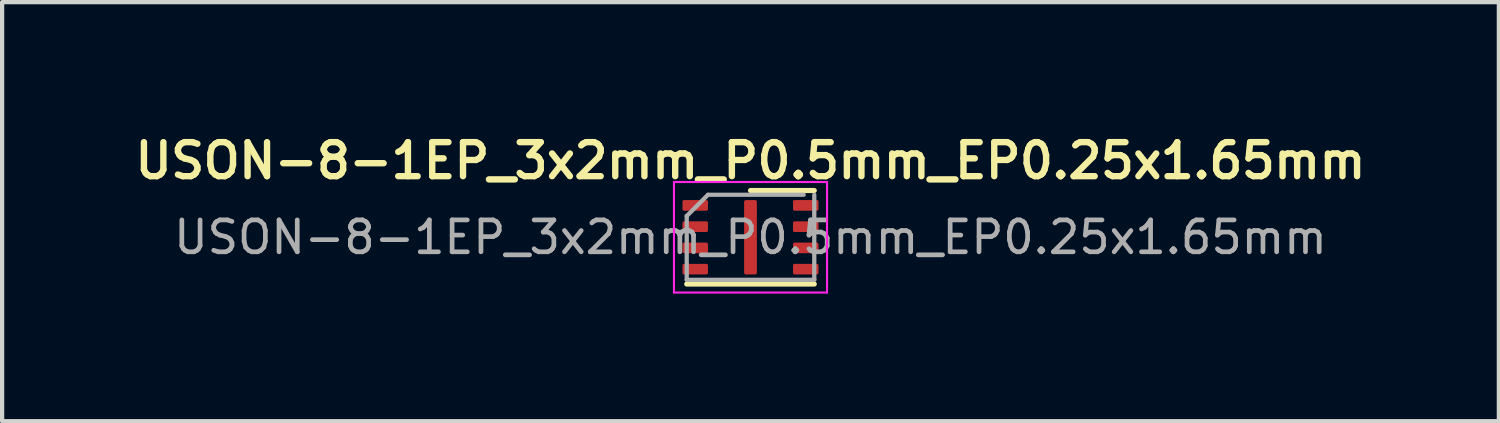
<source format=kicad_pcb>
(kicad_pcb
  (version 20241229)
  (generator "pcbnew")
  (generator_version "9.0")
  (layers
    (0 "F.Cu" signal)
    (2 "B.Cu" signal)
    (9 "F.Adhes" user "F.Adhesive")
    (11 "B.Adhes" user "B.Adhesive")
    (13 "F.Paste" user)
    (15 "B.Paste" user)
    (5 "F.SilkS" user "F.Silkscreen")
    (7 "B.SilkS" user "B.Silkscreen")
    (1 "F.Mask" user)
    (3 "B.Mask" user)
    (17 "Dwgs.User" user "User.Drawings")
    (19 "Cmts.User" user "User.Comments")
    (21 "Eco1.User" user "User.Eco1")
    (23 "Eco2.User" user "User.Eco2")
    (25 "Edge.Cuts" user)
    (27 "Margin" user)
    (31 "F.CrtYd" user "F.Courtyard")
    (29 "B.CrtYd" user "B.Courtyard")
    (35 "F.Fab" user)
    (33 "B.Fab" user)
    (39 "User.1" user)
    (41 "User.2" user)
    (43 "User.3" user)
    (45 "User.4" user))
  (footprint "USON-8-1EP_3x2mm_P0.5mm_EP0.25x1.65mm"
    (layer "F.Cu")
    (at 14.602 2.531)
    (property "Reference" "USON-8-1EP_3x2mm_P0.5mm_EP0.25x1.65mm" (at 0 -1.8 0) (layer "F.SilkS") (effects (font (size 0.8 0.8) (thickness 0.15))))
    (attr smd)
    (fp_line (start -1.5 1.1) (end 1.5 1.1) (stroke (width 0.12) (type solid)) (layer "F.SilkS"))
    (fp_line (start 0 -1.1) (end 1.5 -1.1) (stroke (width 0.12) (type solid)) (layer "F.SilkS"))
    (fp_line (start -1.8 -1.3) (end -1.8 1.3) (stroke (width 0.05) (type solid)) (layer "F.CrtYd"))
    (fp_line (start -1.8 1.3) (end 1.8 1.3) (stroke (width 0.05) (type solid)) (layer "F.CrtYd"))
    (fp_line (start 1.8 -1.3) (end -1.8 -1.3) (stroke (width 0.05) (type solid)) (layer "F.CrtYd"))
    (fp_line (start 1.8 1.3) (end 1.8 -1.3) (stroke (width 0.05) (type solid)) (layer "F.CrtYd"))
    (fp_line (start -1.5 -0.5) (end -1 -1) (stroke (width 0.1) (type solid)) (layer "F.Fab"))
    (fp_line (start -1.5 1) (end -1.5 -0.5) (stroke (width 0.1) (type solid)) (layer "F.Fab"))
    (fp_line (start -1 -1) (end 1.25 -1) (stroke (width 0.1) (type solid)) (layer "F.Fab"))
    (fp_line (start 1.5 -1) (end 1.5 1) (stroke (width 0.1) (type solid)) (layer "F.Fab"))
    (fp_line (start 1.5 1) (end -1.5 1) (stroke (width 0.1) (type solid)) (layer "F.Fab"))
    (fp_text user "${REFERENCE}" (at 0 0 0) (layer "F.Fab") (effects (font (size 0.75 0.75) (thickness 0.11))))
    (pad "1" smd roundrect (at -1.3 -0.75) (size 0.6 0.25) (layers "F.Cu" "F.Mask" "F.Paste") (roundrect_rratio 0.15))
    (pad "2" smd roundrect (at -1.3 -0.25) (size 0.6 0.25) (layers "F.Cu" "F.Mask" "F.Paste") (roundrect_rratio 0.15))
    (pad "3" smd roundrect (at -1.3 0.25) (size 0.6 0.25) (layers "F.Cu" "F.Mask" "F.Paste") (roundrect_rratio 0.15))
    (pad "4" smd roundrect (at -1.3 0.75) (size 0.6 0.25) (layers "F.Cu" "F.Mask" "F.Paste") (roundrect_rratio 0.15))
    (pad "5" smd roundrect (at 1.3 0.75) (size 0.6 0.25) (layers "F.Cu" "F.Mask" "F.Paste") (roundrect_rratio 0.15))
    (pad "6" smd roundrect (at 1.3 0.25) (size 0.6 0.25) (layers "F.Cu" "F.Mask" "F.Paste") (roundrect_rratio 0.15))
    (pad "7" smd roundrect (at 1.3 -0.25) (size 0.6 0.25) (layers "F.Cu" "F.Mask" "F.Paste") (roundrect_rratio 0.15))
    (pad "8" smd roundrect (at 1.3 -0.75) (size 0.6 0.25) (layers "F.Cu" "F.Mask" "F.Paste") (roundrect_rratio 0.15))
    (pad "9" smd roundrect (at 0 0) (size 0.3 1.75) (layers "F.Cu" "F.Mask" "F.Paste") (roundrect_rratio 0.15)))
  (gr_rect
    (start -3 -3)
    (end 32.204 6.856)
    (stroke (width 0.1) (type default))
    (fill no)
    (layer "Edge.Cuts")))
</source>
